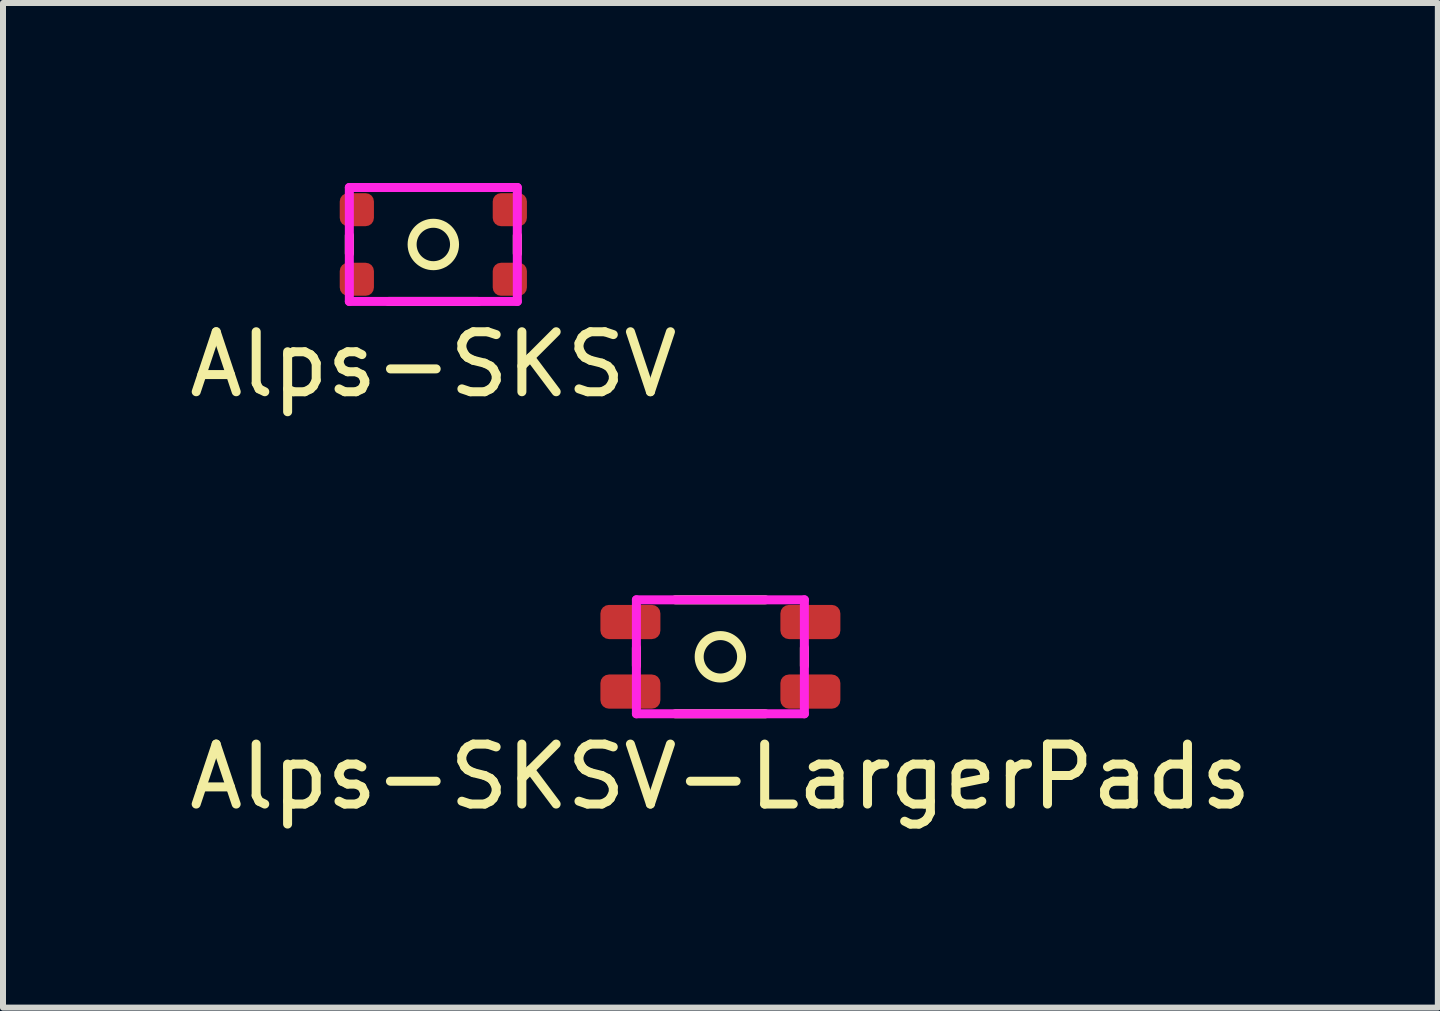
<source format=kicad_pcb>
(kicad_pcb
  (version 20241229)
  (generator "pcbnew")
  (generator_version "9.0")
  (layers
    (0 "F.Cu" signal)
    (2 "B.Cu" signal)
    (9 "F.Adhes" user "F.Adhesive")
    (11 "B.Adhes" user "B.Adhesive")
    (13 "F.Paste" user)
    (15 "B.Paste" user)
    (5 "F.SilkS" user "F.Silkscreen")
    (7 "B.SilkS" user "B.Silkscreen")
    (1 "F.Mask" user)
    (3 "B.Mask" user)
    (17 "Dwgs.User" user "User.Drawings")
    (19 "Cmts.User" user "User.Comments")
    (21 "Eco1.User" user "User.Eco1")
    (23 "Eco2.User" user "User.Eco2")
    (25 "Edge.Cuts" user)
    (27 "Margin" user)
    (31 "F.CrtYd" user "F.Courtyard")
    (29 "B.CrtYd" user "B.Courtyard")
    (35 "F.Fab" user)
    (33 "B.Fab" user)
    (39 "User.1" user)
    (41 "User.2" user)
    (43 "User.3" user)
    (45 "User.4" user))
  (footprint "Alps-SKSV"
    (layer "F.Cu")
    (at 4.173 1.025)
    (property "Reference" "Alps-SKSV" (at 0 2 0) (layer "F.SilkS") (effects (font (size 1 1) (thickness 0.15))))
    (attr through_hole)
    (fp_line (start -1.4 -0.15) (end -1.4 0.15) (stroke (width 0.15) (type solid)) (layer "F.SilkS"))
    (fp_line (start -0.75 -0.95) (end 0.75 -0.95) (stroke (width 0.15) (type solid)) (layer "F.SilkS"))
    (fp_line (start 0.75 0.95) (end -0.75 0.95) (stroke (width 0.15) (type solid)) (layer "F.SilkS"))
    (fp_line (start 1.4 -0.15) (end 1.4 0.15) (stroke (width 0.15) (type solid)) (layer "F.SilkS"))
    (fp_circle (center 0 0) (end -0.25 -0.25) (stroke (width 0.15) (type solid)) (fill no) (layer "F.SilkS"))
    (fp_line (start -1.4 -0.95) (end 1.4 -0.95) (stroke (width 0.15) (type solid)) (layer "F.CrtYd"))
    (fp_line (start -1.4 0.95) (end -1.4 -0.95) (stroke (width 0.15) (type solid)) (layer "F.CrtYd"))
    (fp_line (start -1.4 0.95) (end 1.4 0.95) (stroke (width 0.15) (type solid)) (layer "F.CrtYd"))
    (fp_line (start 1.4 -0.95) (end 1.4 0.95) (stroke (width 0.15) (type solid)) (layer "F.CrtYd"))
    (pad "1" smd roundrect (at -1.275 -0.58 90) (size 0.55 0.57) (layers "F.Cu" "F.Mask" "F.Paste") (roundrect_rratio 0.25))
    (pad "1" smd roundrect (at 1.275 -0.58 90) (size 0.55 0.57) (layers "F.Cu" "F.Mask" "F.Paste") (roundrect_rratio 0.25))
    (pad "2" smd roundrect (at -1.275 0.58 90) (size 0.55 0.57) (layers "F.Cu" "F.Mask" "F.Paste") (roundrect_rratio 0.25))
    (pad "2" smd roundrect (at 1.275 0.58 90) (size 0.55 0.57) (layers "F.Cu" "F.Mask" "F.Paste") (roundrect_rratio 0.25)))
  (footprint "Alps-SKSV-LargerPads"
    (layer "F.Cu")
    (at 8.958 7.898)
    (property "Reference" "Alps-SKSV-LargerPads" (at 0 2 0) (layer "F.SilkS") (effects (font (size 1 1) (thickness 0.15))))
    (attr through_hole)
    (fp_line (start -1.4 -0.15) (end -1.4 0.15) (stroke (width 0.15) (type solid)) (layer "F.SilkS"))
    (fp_line (start -0.75 -0.95) (end 0.75 -0.95) (stroke (width 0.15) (type solid)) (layer "F.SilkS"))
    (fp_line (start 0.75 0.95) (end -0.75 0.95) (stroke (width 0.15) (type solid)) (layer "F.SilkS"))
    (fp_line (start 1.4 -0.15) (end 1.4 0.15) (stroke (width 0.15) (type solid)) (layer "F.SilkS"))
    (fp_circle (center 0 0) (end -0.25 -0.25) (stroke (width 0.15) (type solid)) (fill no) (layer "F.SilkS"))
    (fp_line (start -1.4 -0.95) (end 1.4 -0.95) (stroke (width 0.15) (type solid)) (layer "F.CrtYd"))
    (fp_line (start -1.4 0.95) (end -1.4 -0.95) (stroke (width 0.15) (type solid)) (layer "F.CrtYd"))
    (fp_line (start -1.4 0.95) (end 1.4 0.95) (stroke (width 0.15) (type solid)) (layer "F.CrtYd"))
    (fp_line (start 1.4 -0.95) (end 1.4 0.95) (stroke (width 0.15) (type solid)) (layer "F.CrtYd"))
    (pad "1" smd roundrect (at -1.5 -0.58) (size 1 0.57) (layers "F.Cu" "F.Mask" "F.Paste") (roundrect_rratio 0.25))
    (pad "1" smd roundrect (at 1.5 -0.58 180) (size 1 0.57) (layers "F.Cu" "F.Mask" "F.Paste") (roundrect_rratio 0.25))
    (pad "2" smd roundrect (at -1.5 0.58 180) (size 1 0.57) (layers "F.Cu" "F.Mask" "F.Paste") (roundrect_rratio 0.25))
    (pad "2" smd roundrect (at 1.5 0.58) (size 1 0.57) (layers "F.Cu" "F.Mask" "F.Paste") (roundrect_rratio 0.25)))
  (gr_rect
    (start -3 -3)
    (end 20.917 13.746)
    (stroke (width 0.1) (type default))
    (fill no)
    (layer "Edge.Cuts")))
</source>
